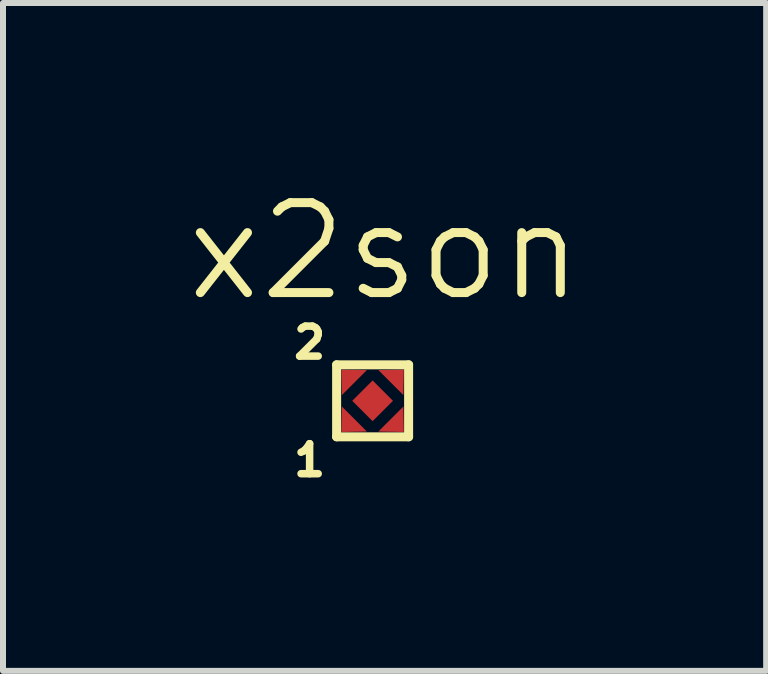
<source format=kicad_pcb>
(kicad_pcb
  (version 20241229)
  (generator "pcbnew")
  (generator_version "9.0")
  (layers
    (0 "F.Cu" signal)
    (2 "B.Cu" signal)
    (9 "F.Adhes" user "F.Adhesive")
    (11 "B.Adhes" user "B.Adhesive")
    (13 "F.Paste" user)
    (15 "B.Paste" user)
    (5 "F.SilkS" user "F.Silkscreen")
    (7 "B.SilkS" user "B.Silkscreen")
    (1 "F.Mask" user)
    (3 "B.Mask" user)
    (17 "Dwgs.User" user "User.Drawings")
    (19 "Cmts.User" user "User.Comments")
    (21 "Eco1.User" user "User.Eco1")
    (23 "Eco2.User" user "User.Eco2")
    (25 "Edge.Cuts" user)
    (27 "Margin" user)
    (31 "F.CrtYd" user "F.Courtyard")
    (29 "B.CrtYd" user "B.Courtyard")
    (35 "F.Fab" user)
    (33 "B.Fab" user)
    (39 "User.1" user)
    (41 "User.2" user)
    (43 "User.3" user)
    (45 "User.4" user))
  (footprint "x2son"
    (layer "F.Cu")
    (at 3.161 3.631)
    (property "Reference" "x2son" (at 0.2 -2.49 0) (layer "F.SilkS") (effects (font (size 1.5 1.5) (thickness 0.15))))
    (attr through_hole)
    (fp_line (start -0.6 -0.6) (end 0.6 -0.6) (stroke (width 0.15) (type solid)) (layer "F.SilkS"))
    (fp_line (start -0.6 0.6) (end -0.6 -0.6) (stroke (width 0.15) (type solid)) (layer "F.SilkS"))
    (fp_line (start 0.6 -0.6) (end 0.6 0.6) (stroke (width 0.15) (type solid)) (layer "F.SilkS"))
    (fp_line (start 0.6 0.6) (end -0.6 0.6) (stroke (width 0.15) (type solid)) (layer "F.SilkS"))
    (fp_text user "2" (at -1.05 -0.97 0) (layer "F.SilkS") (effects (font (size 0.5 0.5) (thickness 0.125))))
    (fp_text user "1" (at -1.05 0.99 0) (layer "F.SilkS") (effects (font (size 0.5 0.5) (thickness 0.125))))
    (pad "1" smd trapezoid (at -0.41 0.41 135) (size 0.3 0.3) (rect_delta 0 0.29) (layers "F.Cu" "F.Mask" "F.Paste"))
    (pad "2" smd trapezoid (at -0.41 -0.41 45) (size 0.3 0.3) (rect_delta 0 0.29) (layers "F.Cu" "F.Mask" "F.Paste"))
    (pad "3" smd trapezoid (at 0.41 -0.41 315) (size 0.3 0.3) (rect_delta 0 0.29) (layers "F.Cu" "F.Mask" "F.Paste"))
    (pad "4" smd trapezoid (at 0.41 0.41 225) (size 0.3 0.3) (rect_delta 0 0.29) (layers "F.Cu" "F.Mask" "F.Paste"))
    (pad "5" smd rect (at 0 0 45) (size 0.48 0.48) (layers "F.Cu" "F.Mask" "F.Paste")))
  (gr_rect
    (start -3 -3)
    (end 9.721 8.133)
    (stroke (width 0.1) (type default))
    (fill no)
    (layer "Edge.Cuts")))
</source>
